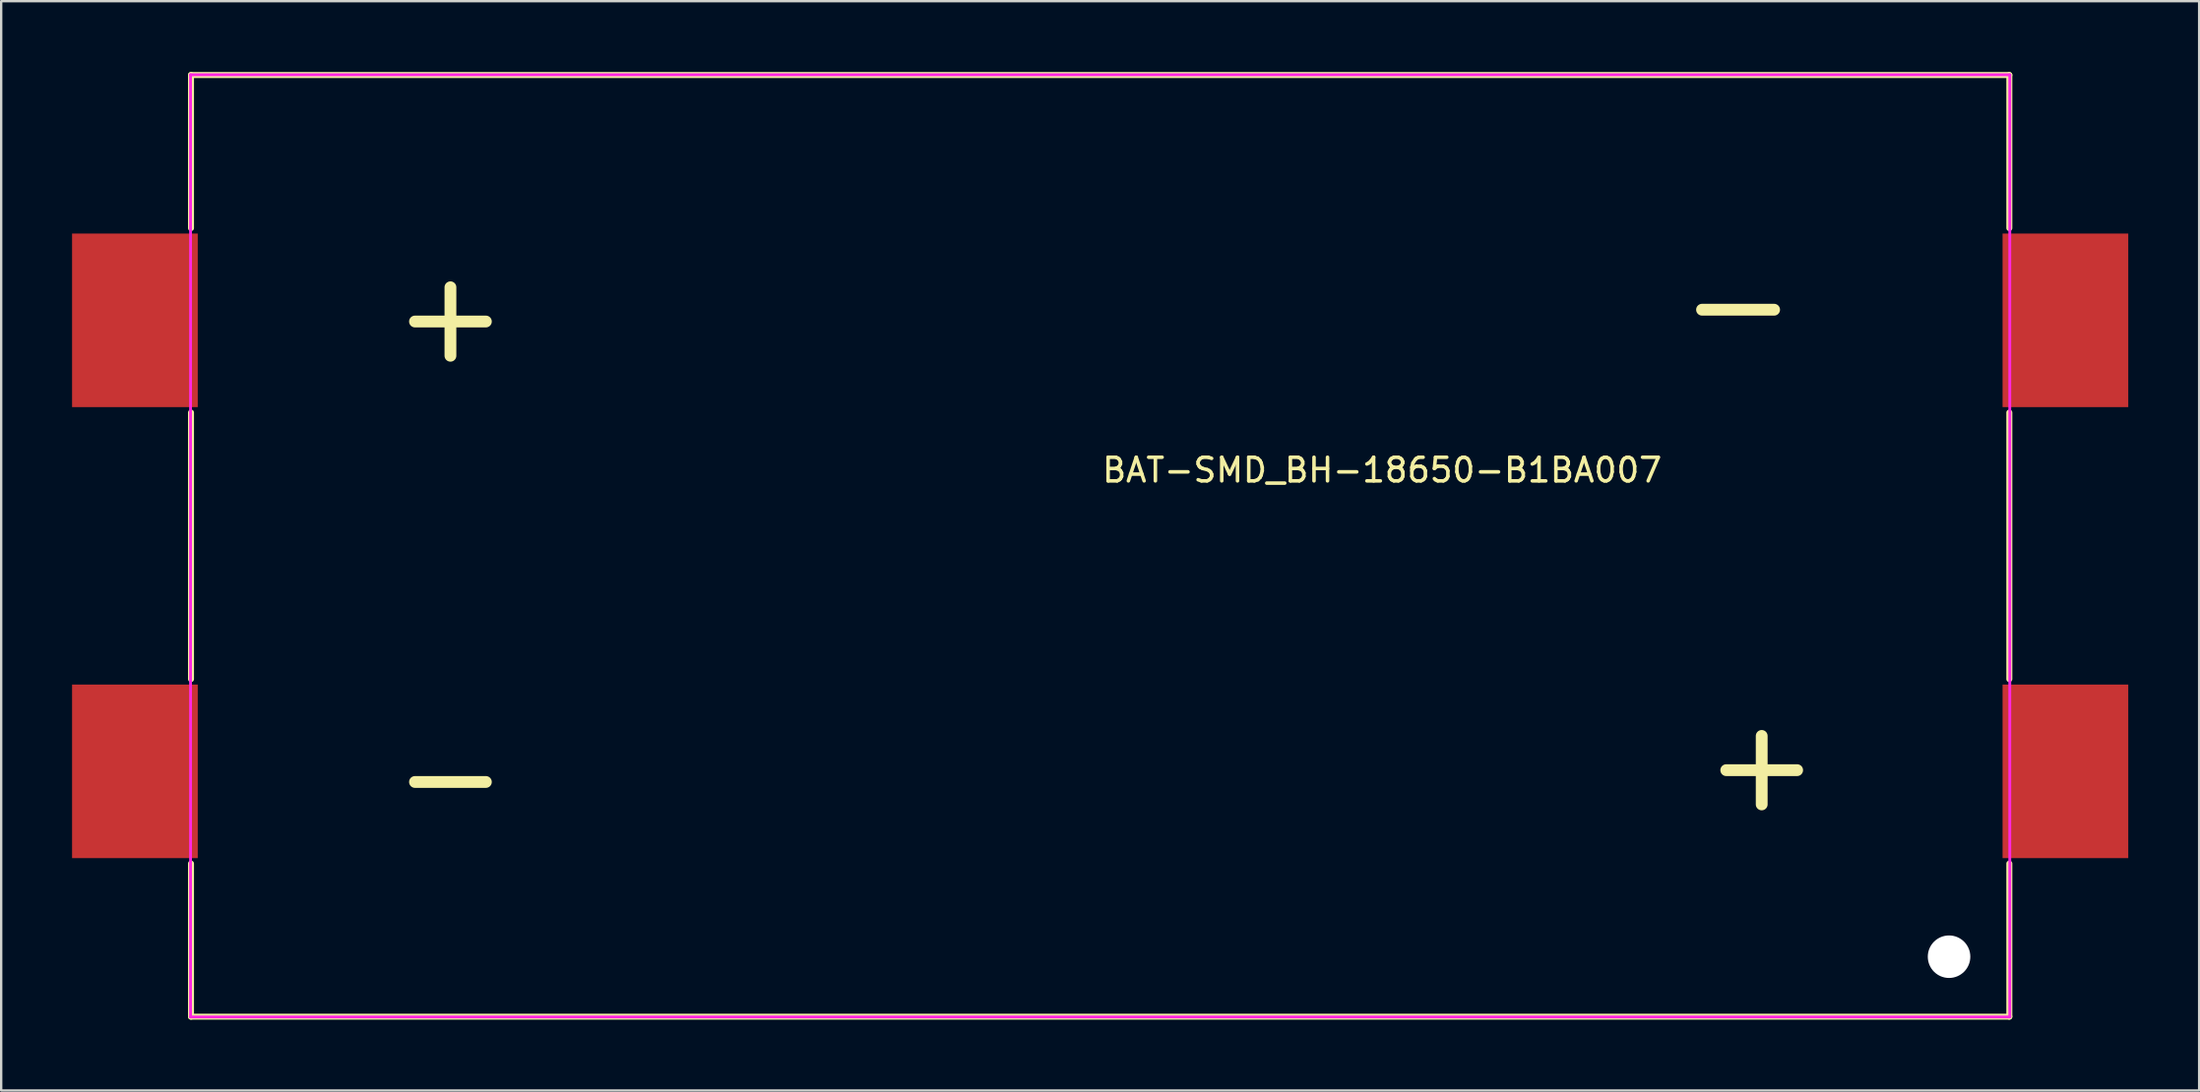
<source format=kicad_pcb>
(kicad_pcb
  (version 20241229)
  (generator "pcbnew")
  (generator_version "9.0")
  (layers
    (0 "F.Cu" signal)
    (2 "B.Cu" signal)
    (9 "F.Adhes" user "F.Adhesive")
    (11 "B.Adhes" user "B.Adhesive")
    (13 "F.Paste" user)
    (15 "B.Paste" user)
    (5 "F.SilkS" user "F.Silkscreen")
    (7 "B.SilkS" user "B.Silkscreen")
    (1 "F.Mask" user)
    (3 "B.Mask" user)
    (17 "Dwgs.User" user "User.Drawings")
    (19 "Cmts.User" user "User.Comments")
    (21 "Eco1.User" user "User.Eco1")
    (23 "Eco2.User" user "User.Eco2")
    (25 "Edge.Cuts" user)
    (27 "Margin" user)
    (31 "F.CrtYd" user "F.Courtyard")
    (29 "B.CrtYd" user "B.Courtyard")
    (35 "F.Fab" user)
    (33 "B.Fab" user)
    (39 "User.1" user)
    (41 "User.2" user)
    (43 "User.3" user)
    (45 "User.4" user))
  (footprint "BAT-SMD_BH-18650-B1BA007"
    (layer "F.Cu")
    (at 43.515 20.066)
    (property "Reference" "BAT-SMD_BH-18650-B1BA007" (at 0 -3.207 0) (layer "F.SilkS") (effects (font (size 1 1) (thickness 0.15)) (justify left)))
    (attr through_hole)
    (fp_line (start -38.481 -19.939) (end 38.481 -19.939) (stroke (width 0.254) (type solid)) (layer "F.SilkS"))
    (fp_line (start -38.481 -13.456) (end -38.481 -19.939) (stroke (width 0.254) (type solid)) (layer "F.SilkS"))
    (fp_line (start -38.481 5.644) (end -38.481 -5.644) (stroke (width 0.254) (type solid)) (layer "F.SilkS"))
    (fp_line (start -38.481 19.939) (end -38.481 13.456) (stroke (width 0.254) (type solid)) (layer "F.SilkS"))
    (fp_line (start -29 -9.5) (end -26 -9.5) (stroke (width 0.5) (type default)) (layer "F.SilkS"))
    (fp_line (start -29 10) (end -26 10) (stroke (width 0.5) (type default)) (layer "F.SilkS"))
    (fp_line (start -27.5 -10.95) (end -27.5 -8.05) (stroke (width 0.5) (type default)) (layer "F.SilkS"))
    (fp_line (start 25.475 -10) (end 28.525 -10) (stroke (width 0.5) (type default)) (layer "F.SilkS"))
    (fp_line (start 26.5 9.5) (end 29.5 9.5) (stroke (width 0.5) (type default)) (layer "F.SilkS"))
    (fp_line (start 28 8.05) (end 28 10.95) (stroke (width 0.5) (type default)) (layer "F.SilkS"))
    (fp_line (start 38.481 -19.939) (end 38.481 -13.456) (stroke (width 0.254) (type solid)) (layer "F.SilkS"))
    (fp_line (start 38.481 -5.644) (end 38.481 5.644) (stroke (width 0.254) (type solid)) (layer "F.SilkS"))
    (fp_line (start 38.481 13.456) (end 38.481 19.939) (stroke (width 0.254) (type solid)) (layer "F.SilkS"))
    (fp_line (start 38.481 19.939) (end -38.481 19.939) (stroke (width 0.254) (type solid)) (layer "F.SilkS"))
    (fp_circle (center 35.93 17.4) (end 36.323 17.4) (stroke (width 0.785) (type solid)) (fill no) (layer "Dwgs.User"))
    (fp_circle (center -42 -19.95) (end -41.97 -19.95) (stroke (width 0.06) (type solid)) (fill no) (layer "Eco2.User"))
    (fp_poly (pts (xy -42 -6.375) (xy -42 -12.725) (xy -38 -12.725) (xy -38 -6.375)) (stroke (width 0.12) (type solid)) (fill no) (layer "Eco2.User"))
    (fp_poly (pts (xy -42 12.725) (xy -42 6.375) (xy -38 6.375) (xy -38 12.725)) (stroke (width 0.12) (type solid)) (fill no) (layer "Eco2.User"))
    (fp_poly (pts (xy 38 -6.375) (xy 38 -12.725) (xy 42 -12.725) (xy 42 -6.375)) (stroke (width 0.12) (type solid)) (fill no) (layer "Eco2.User"))
    (fp_poly (pts (xy 38 12.725) (xy 38 6.375) (xy 42 6.375) (xy 42 12.725)) (stroke (width 0.12) (type solid)) (fill no) (layer "Eco2.User"))
    (fp_line (start -38.5 -19.95) (end 38.5 -19.95) (stroke (width 0.12) (type solid)) (layer "F.CrtYd"))
    (fp_line (start -38.5 19.95) (end -38.5 -19.95) (stroke (width 0.12) (type solid)) (layer "F.CrtYd"))
    (fp_line (start 38.5 -19.95) (end 38.5 19.95) (stroke (width 0.12) (type solid)) (layer "F.CrtYd"))
    (fp_line (start 38.5 19.95) (end -38.5 19.95) (stroke (width 0.12) (type solid)) (layer "F.CrtYd"))
    (pad "" np_thru_hole circle (at 35.93 17.4) (size 1.8 1.8) (drill 1.8) (layers "*.Cu" "*.Mask"))
    (pad "1" smd rect (at -40.855 -9.55) (size 5.32 7.35) (layers "F.Cu" "F.Mask" "F.Paste"))
    (pad "2" smd rect (at 40.855 -9.55) (size 5.32 7.35) (layers "F.Cu" "F.Mask" "F.Paste"))
    (pad "3" smd rect (at 40.855 9.55) (size 5.32 7.35) (layers "F.Cu" "F.Mask" "F.Paste"))
    (pad "4" smd rect (at -40.855 9.55) (size 5.32 7.35) (layers "F.Cu" "F.Mask" "F.Paste")))
  (gr_rect
    (start -3 -3)
    (end 90.03 43.132)
    (stroke (width 0.1) (type default))
    (fill no)
    (layer "Edge.Cuts")))
</source>
